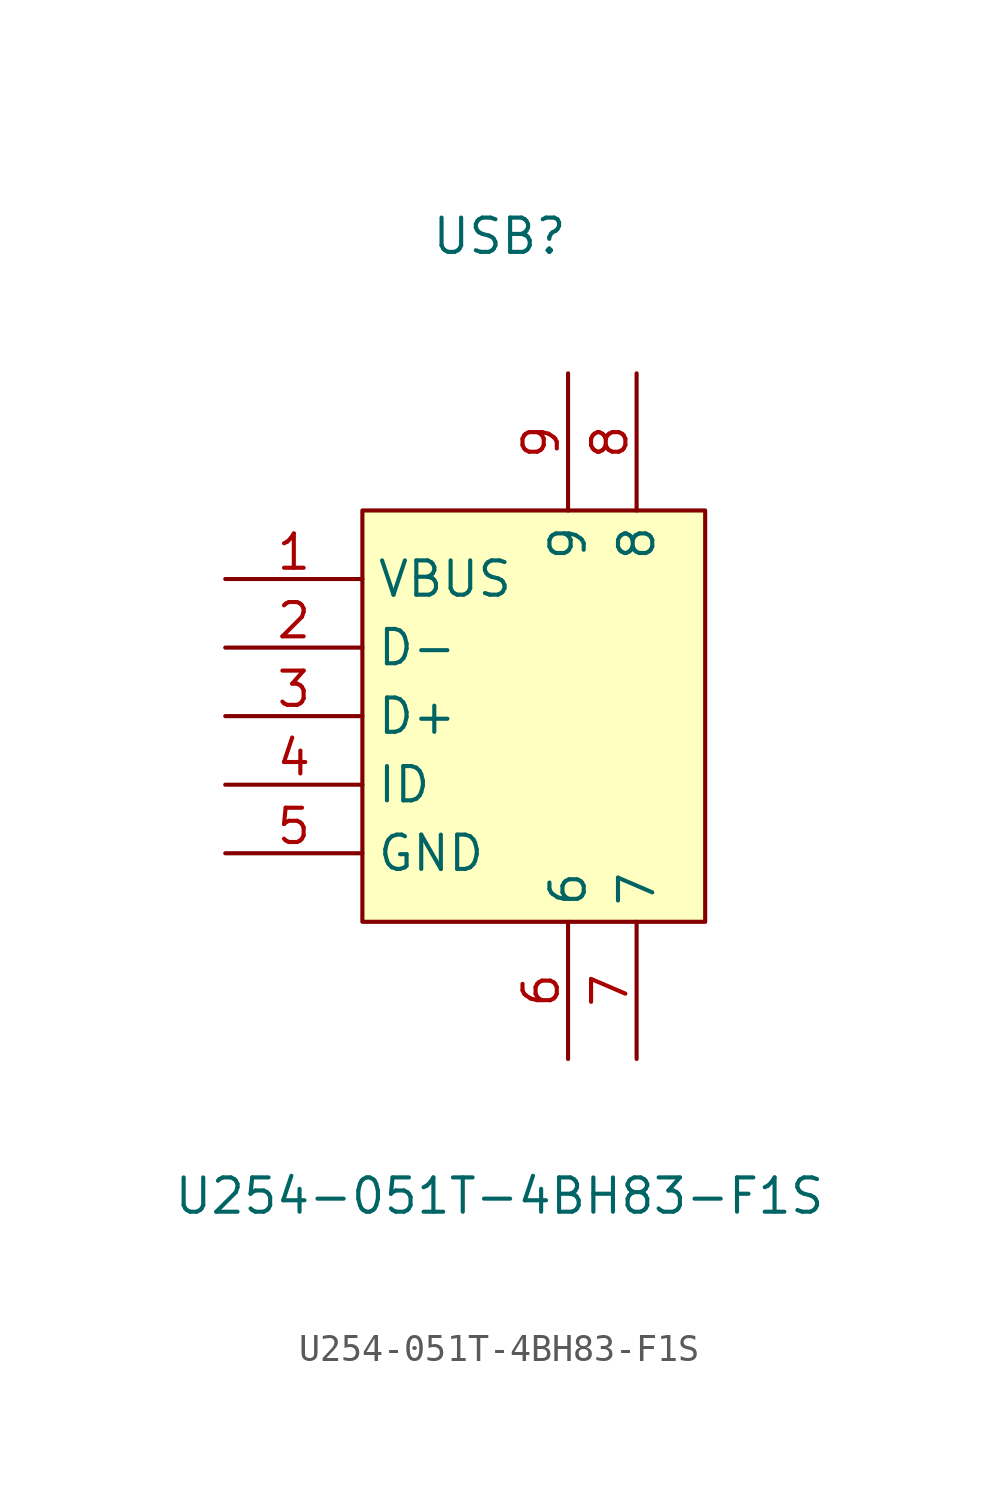
<source format=kicad_sym>
(kicad_symbol_lib
  (version 20231120)
  (generator "kicad_symbol_editor")
  (generator_version "8.99")
  (symbol "U254-051T-4BH83-F1S"
    (property "Reference" "USB"
      (at 0 17.78 0)
      (effects (font (size 1.27 1.27))))
    (property "Value" "U254-051T-4BH83-F1S"
      (at 0 -17.78 0)
      (effects (font (size 1.27 1.27))))
    (symbol "U254-051T-4BH83-F1S_0_1"
      (rectangle (start -5.08 7.62) (end 7.62 -7.62) (stroke (width 0) (type default)) (fill (type background)))
      (pin unspecified line (at -10.16 5.08 0) (length 5.08) (name "VBUS" (effects (font (size 1.27 1.27)))) (number "1" (effects (font (size 1.27 1.27)))))
      (pin unspecified line (at -10.16 2.54 0) (length 5.08) (name "D-" (effects (font (size 1.27 1.27)))) (number "2" (effects (font (size 1.27 1.27)))))
      (pin unspecified line (at -10.16 0 0) (length 5.08) (name "D+" (effects (font (size 1.27 1.27)))) (number "3" (effects (font (size 1.27 1.27)))))
      (pin unspecified line (at -10.16 -2.54 0) (length 5.08) (name "ID" (effects (font (size 1.27 1.27)))) (number "4" (effects (font (size 1.27 1.27)))))
      (pin unspecified line (at -10.16 -5.08 0) (length 5.08) (name "GND" (effects (font (size 1.27 1.27)))) (number "5" (effects (font (size 1.27 1.27)))))
      (pin unspecified line (at 2.54 -12.7 90) (length 5.08) (name "6" (effects (font (size 1.27 1.27)))) (number "6" (effects (font (size 1.27 1.27)))))
      (pin unspecified line (at 5.08 -12.7 90) (length 5.08) (name "7" (effects (font (size 1.27 1.27)))) (number "7" (effects (font (size 1.27 1.27)))))
      (pin unspecified line (at 5.08 12.7 270) (length 5.08) (name "8" (effects (font (size 1.27 1.27)))) (number "8" (effects (font (size 1.27 1.27)))))
      (pin unspecified line (at 2.54 12.7 270) (length 5.08) (name "9" (effects (font (size 1.27 1.27)))) (number "9" (effects (font (size 1.27 1.27))))))))
</source>
